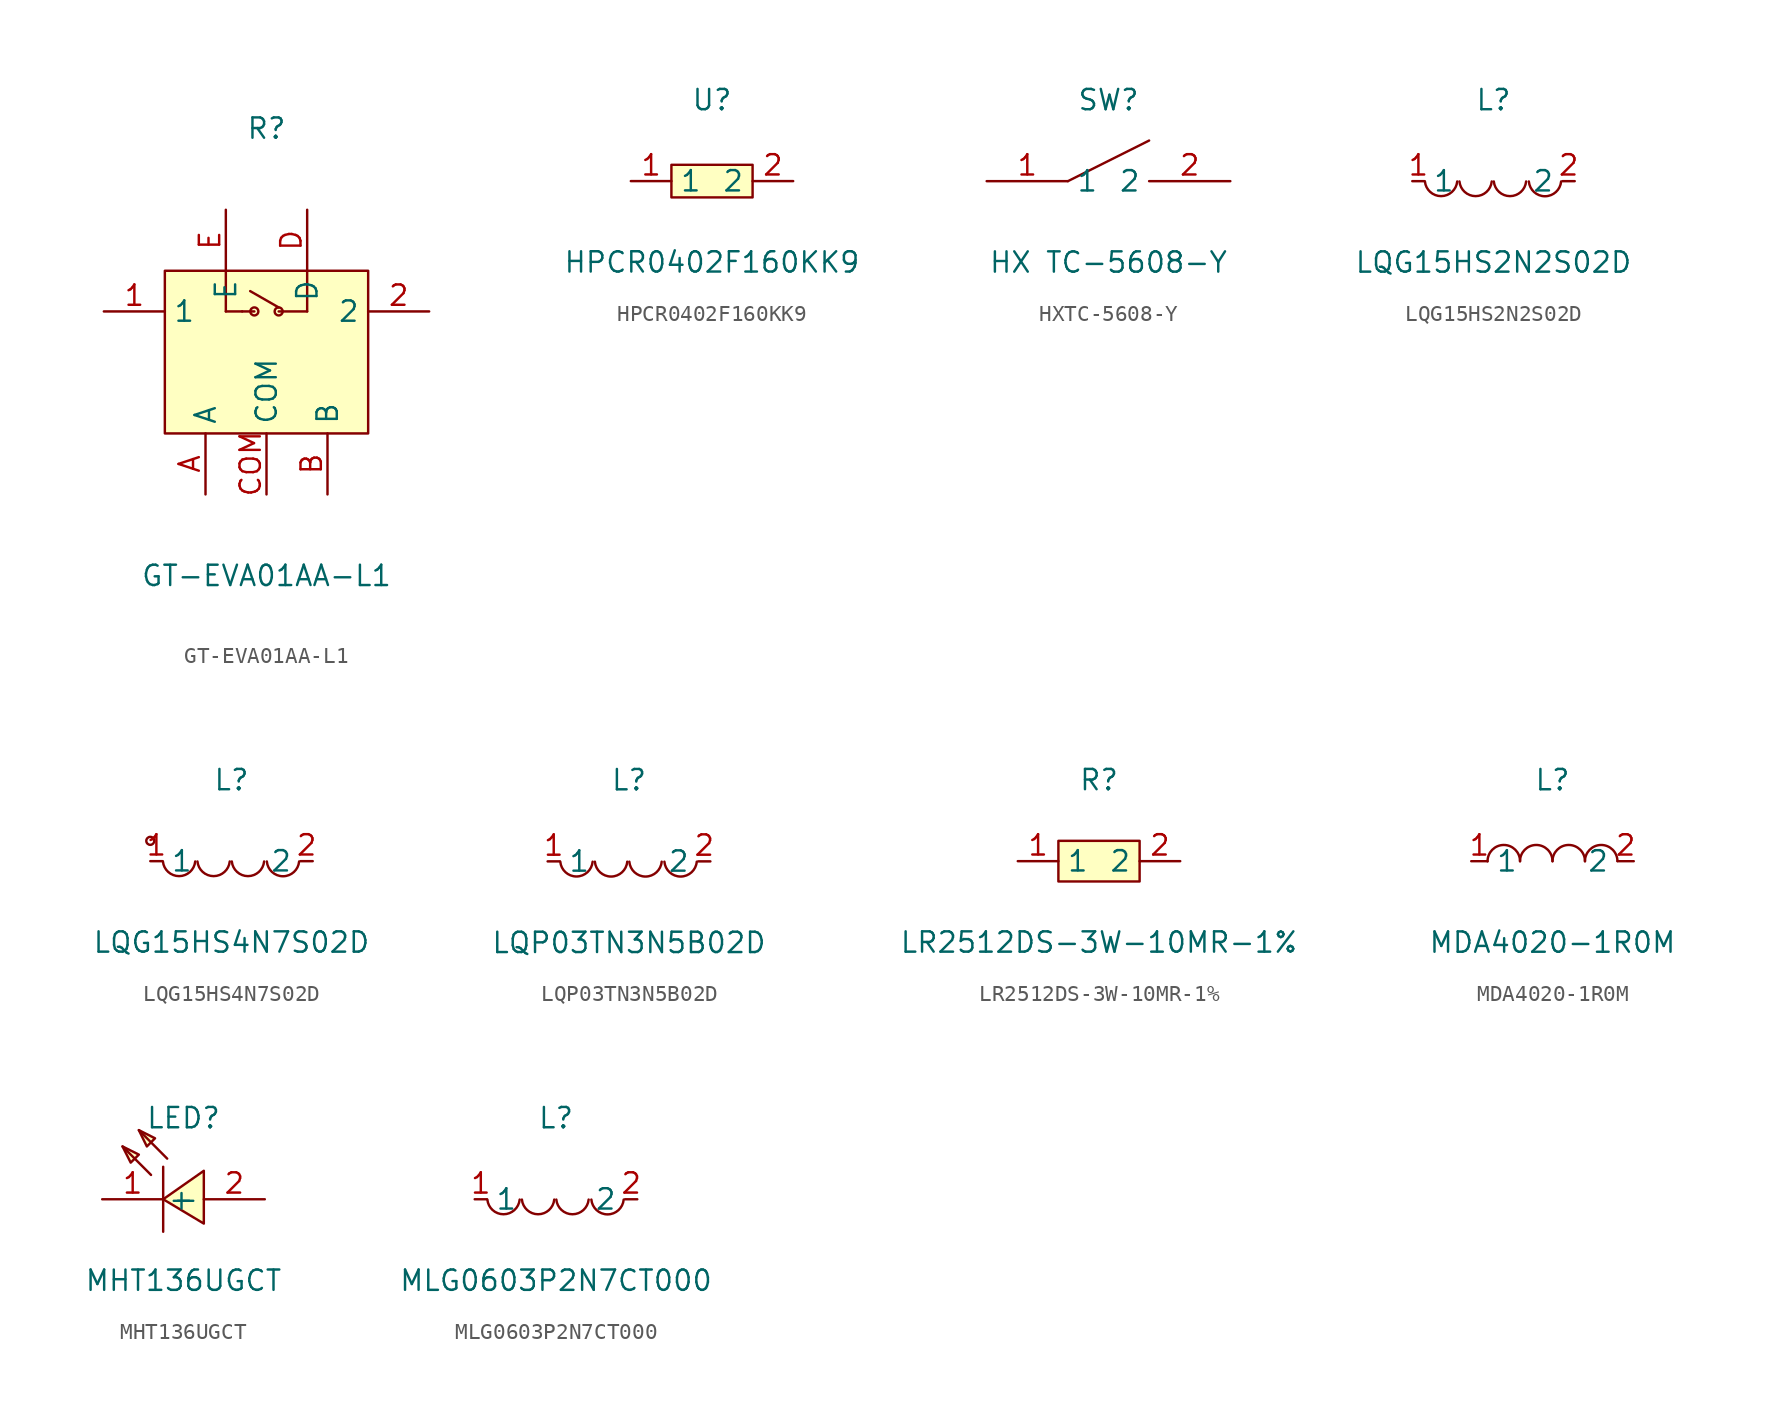
<source format=kicad_sym>
(kicad_symbol_lib
  (version 20241209)
  (generator "kicad_symbol_editor")
  (generator_version "9.0")
  (symbol "GT-EVA01AA-L1"
    (property "Reference" "R"
      (at 0 13.97 0)
      (effects (font (size 1.27 1.27))))
    (property "Value" "GT-EVA01AA-L1"
      (at 0 -13.97 0)
      (effects (font (size 1.27 1.27))))
    (symbol "GT-EVA01AA-L1_0_1"
      (rectangle (start -6.35 5.08) (end 6.35 -5.08) (stroke (width 0) (type default)) (fill (type background)))
      (polyline (pts (xy -2.54 5.08) (xy -2.54 2.54)) (stroke (width 0) (type default)) (fill (type none)))
      (polyline (pts (xy -2.54 2.54) (xy -1.52 2.54)) (stroke (width 0) (type default)) (fill (type none)))
      (polyline (pts (xy -1.52 2.54) (xy -0.76 2.54)) (stroke (width 0) (type default)) (fill (type none)))
      (polyline (pts (xy -1.02 3.81) (xy 0.76 2.79)) (stroke (width 0) (type default)) (fill (type none)))
      (circle (center -0.76 2.54) (radius 0.25) (stroke (width 0) (type default)) (fill (type none)))
      (circle (center 0.76 2.54) (radius 0.25) (stroke (width 0) (type default)) (fill (type none)))
      (polyline (pts (xy 2.54 2.54) (xy 0.76 2.54)) (stroke (width 0) (type default)) (fill (type none)))
      (polyline (pts (xy 2.54 2.54) (xy 2.54 5.08)) (stroke (width 0) (type default)) (fill (type none)))
      (pin unspecified line (at -10.16 2.54 0) (length 3.81) (name "1" (effects (font (size 1.27 1.27)))) (number "1" (effects (font (size 1.27 1.27)))))
      (pin unspecified line (at -3.81 -8.89 90) (length 3.81) (name "A" (effects (font (size 1.27 1.27)))) (number "A" (effects (font (size 1.27 1.27)))))
      (pin unspecified line (at -2.54 8.89 270) (length 3.81) (name "E" (effects (font (size 1.27 1.27)))) (number "E" (effects (font (size 1.27 1.27)))))
      (pin unspecified line (at 0 -8.89 90) (length 3.81) (name "COM" (effects (font (size 1.27 1.27)))) (number "COM" (effects (font (size 1.27 1.27)))))
      (pin unspecified line (at 2.54 8.89 270) (length 3.81) (name "D" (effects (font (size 1.27 1.27)))) (number "D" (effects (font (size 1.27 1.27)))))
      (pin unspecified line (at 3.81 -8.89 90) (length 3.81) (name "B" (effects (font (size 1.27 1.27)))) (number "B" (effects (font (size 1.27 1.27)))))
      (pin unspecified line (at 10.16 2.54 180) (length 3.81) (name "2" (effects (font (size 1.27 1.27)))) (number "2" (effects (font (size 1.27 1.27)))))))
  (symbol "HPCR0402F160KK9"
    (property "Reference" "U"
      (at 0 5.08 0)
      (effects (font (size 1.27 1.27))))
    (property "Value" "HPCR0402F160KK9"
      (at 0 -5.08 0)
      (effects (font (size 1.27 1.27))))
    (symbol "HPCR0402F160KK9_0_1"
      (rectangle (start -2.54 1.02) (end 2.54 -1.02) (stroke (width 0) (type default)) (fill (type background)))
      (pin unspecified line (at -5.08 0 0) (length 2.54) (name "1" (effects (font (size 1.27 1.27)))) (number "1" (effects (font (size 1.27 1.27)))))
      (pin unspecified line (at 5.08 0 180) (length 2.54) (name "2" (effects (font (size 1.27 1.27)))) (number "2" (effects (font (size 1.27 1.27)))))))
  (symbol "HXTC-5608-Y"
    (property "Reference" "SW"
      (at 0 5.08 0)
      (effects (font (size 1.27 1.27))))
    (property "Value" "HX TC-5608-Y"
      (at 0 -5.08 0)
      (effects (font (size 1.27 1.27))))
    (symbol "HXTC-5608-Y_0_1"
      (polyline (pts (xy -2.54 0) (xy 2.54 2.54)) (stroke (width 0) (type default)) (fill (type none)))
      (pin unspecified line (at -7.62 0 0) (length 5.08) (name "1" (effects (font (size 1.27 1.27)))) (number "1" (effects (font (size 1.27 1.27)))))
      (pin unspecified line (at 7.62 0 180) (length 5.08) (name "2" (effects (font (size 1.27 1.27)))) (number "2" (effects (font (size 1.27 1.27)))))))
  (symbol "LQG15HS2N2S02D"
    (property "Reference" "L"
      (at 0 5.08 0)
      (effects (font (size 1.27 1.27))))
    (property "Value" "LQG15HS2N2S02D"
      (at 0 -5.08 0)
      (effects (font (size 1.27 1.27))))
    (symbol "LQG15HS2N2S02D_0_1"
      (arc (start -2.27 -0.02) (mid -3.28 -0.937) (end -4.29 -0.02) (stroke (width 0) (type default)) (fill (type none)))
      (arc (start -0.11 -0.02) (mid -1.12 -0.937) (end -2.13 -0.02) (stroke (width 0) (type default)) (fill (type none)))
      (arc (start 2.04 -0.02) (mid 1.03 -0.937) (end 0.02 -0.02) (stroke (width 0) (type default)) (fill (type none)))
      (arc (start 4.23 -0.02) (mid 3.22 -0.9448) (end 2.21 -0.02) (stroke (width 0) (type default)) (fill (type none)))
      (pin unspecified line (at -5.08 0 0) (length 0.762) (name "1" (effects (font (size 1.27 1.27)))) (number "1" (effects (font (size 1.27 1.27)))))
      (pin unspecified line (at 5.08 0 180) (length 0.762) (name "2" (effects (font (size 1.27 1.27)))) (number "2" (effects (font (size 1.27 1.27)))))))
  (symbol "LQG15HS4N7S02D"
    (property "Reference" "L"
      (at 0 5.08 0)
      (effects (font (size 1.27 1.27))))
    (property "Value" "LQG15HS4N7S02D"
      (at 0 -5.08 0)
      (effects (font (size 1.27 1.27))))
    (symbol "LQG15HS4N7S02D_0_1"
      (circle (center -5.08 1.27) (radius 0.25) (stroke (width 0) (type default)) (fill (type none)))
      (arc (start -2.27 -0.02) (mid -3.28 -0.937) (end -4.29 -0.02) (stroke (width 0) (type default)) (fill (type none)))
      (arc (start -0.11 -0.02) (mid -1.12 -0.937) (end -2.13 -0.02) (stroke (width 0) (type default)) (fill (type none)))
      (arc (start 2.04 -0.02) (mid 1.03 -0.937) (end 0.02 -0.02) (stroke (width 0) (type default)) (fill (type none)))
      (arc (start 4.23 -0.02) (mid 3.22 -0.9448) (end 2.21 -0.02) (stroke (width 0) (type default)) (fill (type none)))
      (pin unspecified line (at -5.08 0 0) (length 0.762) (name "1" (effects (font (size 1.27 1.27)))) (number "1" (effects (font (size 1.27 1.27)))))
      (pin unspecified line (at 5.08 0 180) (length 0.762) (name "2" (effects (font (size 1.27 1.27)))) (number "2" (effects (font (size 1.27 1.27)))))))
  (symbol "LQP03TN3N5B02D"
    (property "Reference" "L"
      (at 0 5.08 0)
      (effects (font (size 1.27 1.27))))
    (property "Value" "LQP03TN3N5B02D"
      (at 0 -5.08 0)
      (effects (font (size 1.27 1.27))))
    (symbol "LQP03TN3N5B02D_0_1"
      (arc (start -2.27 -0.02) (mid -3.28 -0.9427) (end -4.29 -0.02) (stroke (width 0) (type default)) (fill (type none)))
      (arc (start -0.11 -0.02) (mid -1.12 -0.9471) (end -2.13 -0.02) (stroke (width 0) (type default)) (fill (type none)))
      (arc (start 2.04 -0.02) (mid 1.03 -0.9471) (end 0.02 -0.02) (stroke (width 0) (type default)) (fill (type none)))
      (arc (start 4.23 -0.02) (mid 3.22 -0.9471) (end 2.21 -0.02) (stroke (width 0) (type default)) (fill (type none)))
      (pin unspecified line (at -5.08 0 0) (length 0.762) (name "1" (effects (font (size 1.27 1.27)))) (number "1" (effects (font (size 1.27 1.27)))))
      (pin unspecified line (at 5.08 0 180) (length 0.762) (name "2" (effects (font (size 1.27 1.27)))) (number "2" (effects (font (size 1.27 1.27)))))))
  (symbol "LR2512DS-3W-10MR-1%"
    (property "Reference" "R"
      (at 0 5.08 0)
      (effects (font (size 1.27 1.27))))
    (property "Value" "LR2512DS-3W-10MR-1%"
      (at 0 -5.08 0)
      (effects (font (size 1.27 1.27))))
    (symbol "LR2512DS-3W-10MR-1%_0_1"
      (rectangle (start -2.54 1.27) (end 2.54 -1.27) (stroke (width 0) (type default)) (fill (type background)))
      (pin unspecified line (at -5.08 0 0) (length 2.54) (name "1" (effects (font (size 1.27 1.27)))) (number "1" (effects (font (size 1.27 1.27)))))
      (pin unspecified line (at 5.08 0 180) (length 2.54) (name "2" (effects (font (size 1.27 1.27)))) (number "2" (effects (font (size 1.27 1.27)))))))
  (symbol "MDA4020-1R0M"
    (property "Reference" "L"
      (at 0 5.08 0)
      (effects (font (size 1.27 1.27))))
    (property "Value" "MDA4020-1R0M"
      (at 0 -5.08 0)
      (effects (font (size 1.27 1.27))))
    (symbol "MDA4020-1R0M_0_1"
      (arc (start -4.06 -0.01) (mid -2.83 0.99) (end -2.03 0.01) (stroke (width 0) (type default)) (fill (type none)))
      (arc (start -2.03 -0.01) (mid -0.8 0.99) (end 0 0.01) (stroke (width 0) (type default)) (fill (type none)))
      (arc (start 0 -0.01) (mid 1.23 0.99) (end 2.03 0.01) (stroke (width 0) (type default)) (fill (type none)))
      (arc (start 2.03 -0.01) (mid 3.26 0.99) (end 4.06 0.01) (stroke (width 0) (type default)) (fill (type none)))
      (pin unspecified line (at -5.08 0 0) (length 1.016) (name "1" (effects (font (size 1.27 1.27)))) (number "1" (effects (font (size 1.27 1.27)))))
      (pin unspecified line (at 5.08 0 180) (length 1.016) (name "2" (effects (font (size 1.27 1.27)))) (number "2" (effects (font (size 1.27 1.27)))))))
  (symbol "MHT136UGCT"
    (property "Reference" "LED"
      (at 0 5.08 0)
      (effects (font (size 1.27 1.27))))
    (property "Value" "MHT136UGCT"
      (at 0 -5.08 0)
      (effects (font (size 1.27 1.27))))
    (symbol "MHT136UGCT_0_1"
      (polyline (pts (xy -3.81 3.3) (xy -2.79 2.79) (xy -3.3 2.29) (xy -3.81 3.3)) (stroke (width 0) (type default)) (fill (type background)))
      (polyline (pts (xy -2.79 4.32) (xy -1.78 3.81) (xy -2.29 3.3) (xy -2.79 4.32)) (stroke (width 0) (type default)) (fill (type background)))
      (polyline (pts (xy -2.03 1.52) (xy -3.81 3.3)) (stroke (width 0) (type default)) (fill (type none)))
      (polyline (pts (xy -1.27 2.03) (xy -1.27 -2.03)) (stroke (width 0) (type default)) (fill (type none)))
      (polyline (pts (xy -1.02 2.54) (xy -2.79 4.32)) (stroke (width 0) (type default)) (fill (type none)))
      (polyline (pts (xy 1.27 -1.52) (xy -1.27 0) (xy 1.27 1.78) (xy 1.27 -1.52)) (stroke (width 0) (type default)) (fill (type background)))
      (pin unspecified line (at -5.08 0 0) (length 3.81) (name "-" (effects (font (size 1.27 1.27)))) (number "1" (effects (font (size 1.27 1.27)))))
      (pin unspecified line (at 5.08 0 180) (length 3.81) (name "+" (effects (font (size 1.27 1.27)))) (number "2" (effects (font (size 1.27 1.27)))))))
  (symbol "MLG0603P2N7CT000"
    (property "Reference" "L"
      (at 0 5.08 0)
      (effects (font (size 1.27 1.27))))
    (property "Value" "MLG0603P2N7CT000"
      (at 0 -5.08 0)
      (effects (font (size 1.27 1.27))))
    (symbol "MLG0603P2N7CT000_0_1"
      (arc (start -2.27 -0.02) (mid -3.28 -0.937) (end -4.29 -0.02) (stroke (width 0) (type default)) (fill (type none)))
      (arc (start -0.11 -0.02) (mid -1.12 -0.937) (end -2.13 -0.02) (stroke (width 0) (type default)) (fill (type none)))
      (arc (start 2.04 -0.02) (mid 1.03 -0.937) (end 0.02 -0.02) (stroke (width 0) (type default)) (fill (type none)))
      (arc (start 4.23 -0.02) (mid 3.22 -0.9448) (end 2.21 -0.02) (stroke (width 0) (type default)) (fill (type none)))
      (pin unspecified line (at -5.08 0 0) (length 0.762) (name "1" (effects (font (size 1.27 1.27)))) (number "1" (effects (font (size 1.27 1.27)))))
      (pin unspecified line (at 5.08 0 180) (length 0.762) (name "2" (effects (font (size 1.27 1.27)))) (number "2" (effects (font (size 1.27 1.27))))))))
</source>
